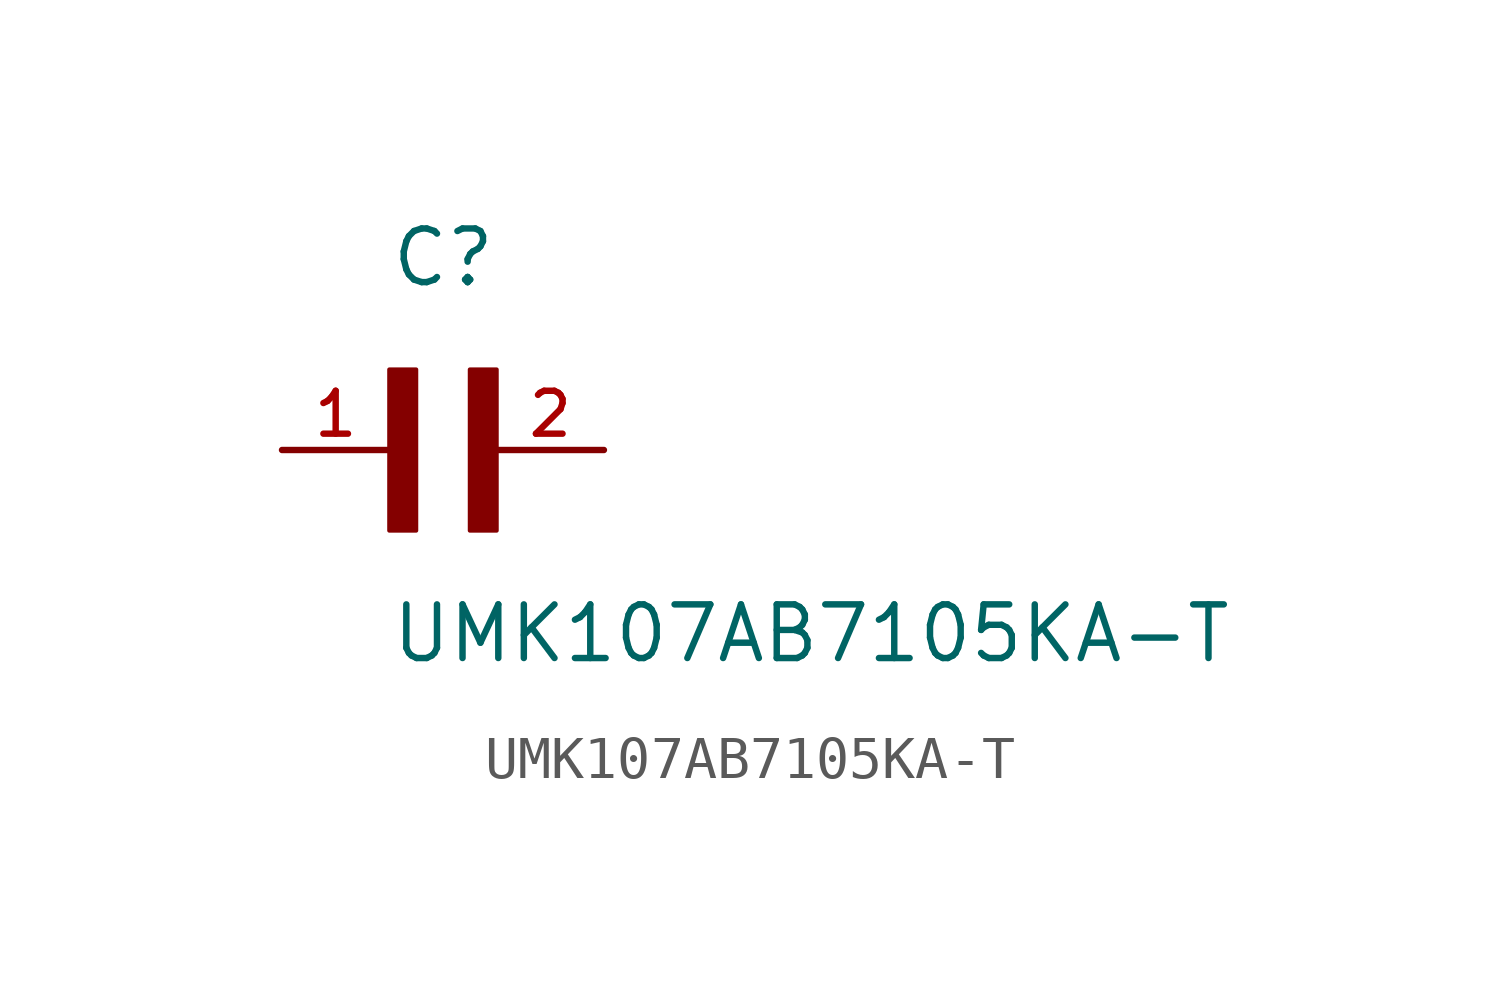
<source format=kicad_sym>
(kicad_symbol_lib
  (version 20211014)
  (generator kicad_symbol_editor)
  (symbol "UMK107AB7105KA-T"
    (pin_names
      (offset 1.016))
    (property "Reference" "C"
      (at 0.0 3.811 0)
      (effects (font (size 1.27 1.27)) (justify bottom left)))
    (property "Value" "UMK107AB7105KA-T"
      (at 0.0 -5.088 0)
      (effects (font (size 1.27 1.27)) (justify bottom left)))
    (symbol "UMK107AB7105KA-T_0_0"
      (rectangle (start 0.0 -1.907) (end 0.635 1.905) (stroke (width 0.1)) (fill (type outline)))
      (rectangle (start 1.907 -1.907) (end 2.54 1.905) (stroke (width 0.1)) (fill (type outline)))
      (pin passive line (at 5.08 0.0 180.0) (length 2.54) (name "~" (effects (font (size 1.016 1.016)))) (number "2" (effects (font (size 1.016 1.016)))))
      (pin passive line (at -2.54 0.0 0) (length 2.54) (name "~" (effects (font (size 1.016 1.016)))) (number "1" (effects (font (size 1.016 1.016))))))))
</source>
